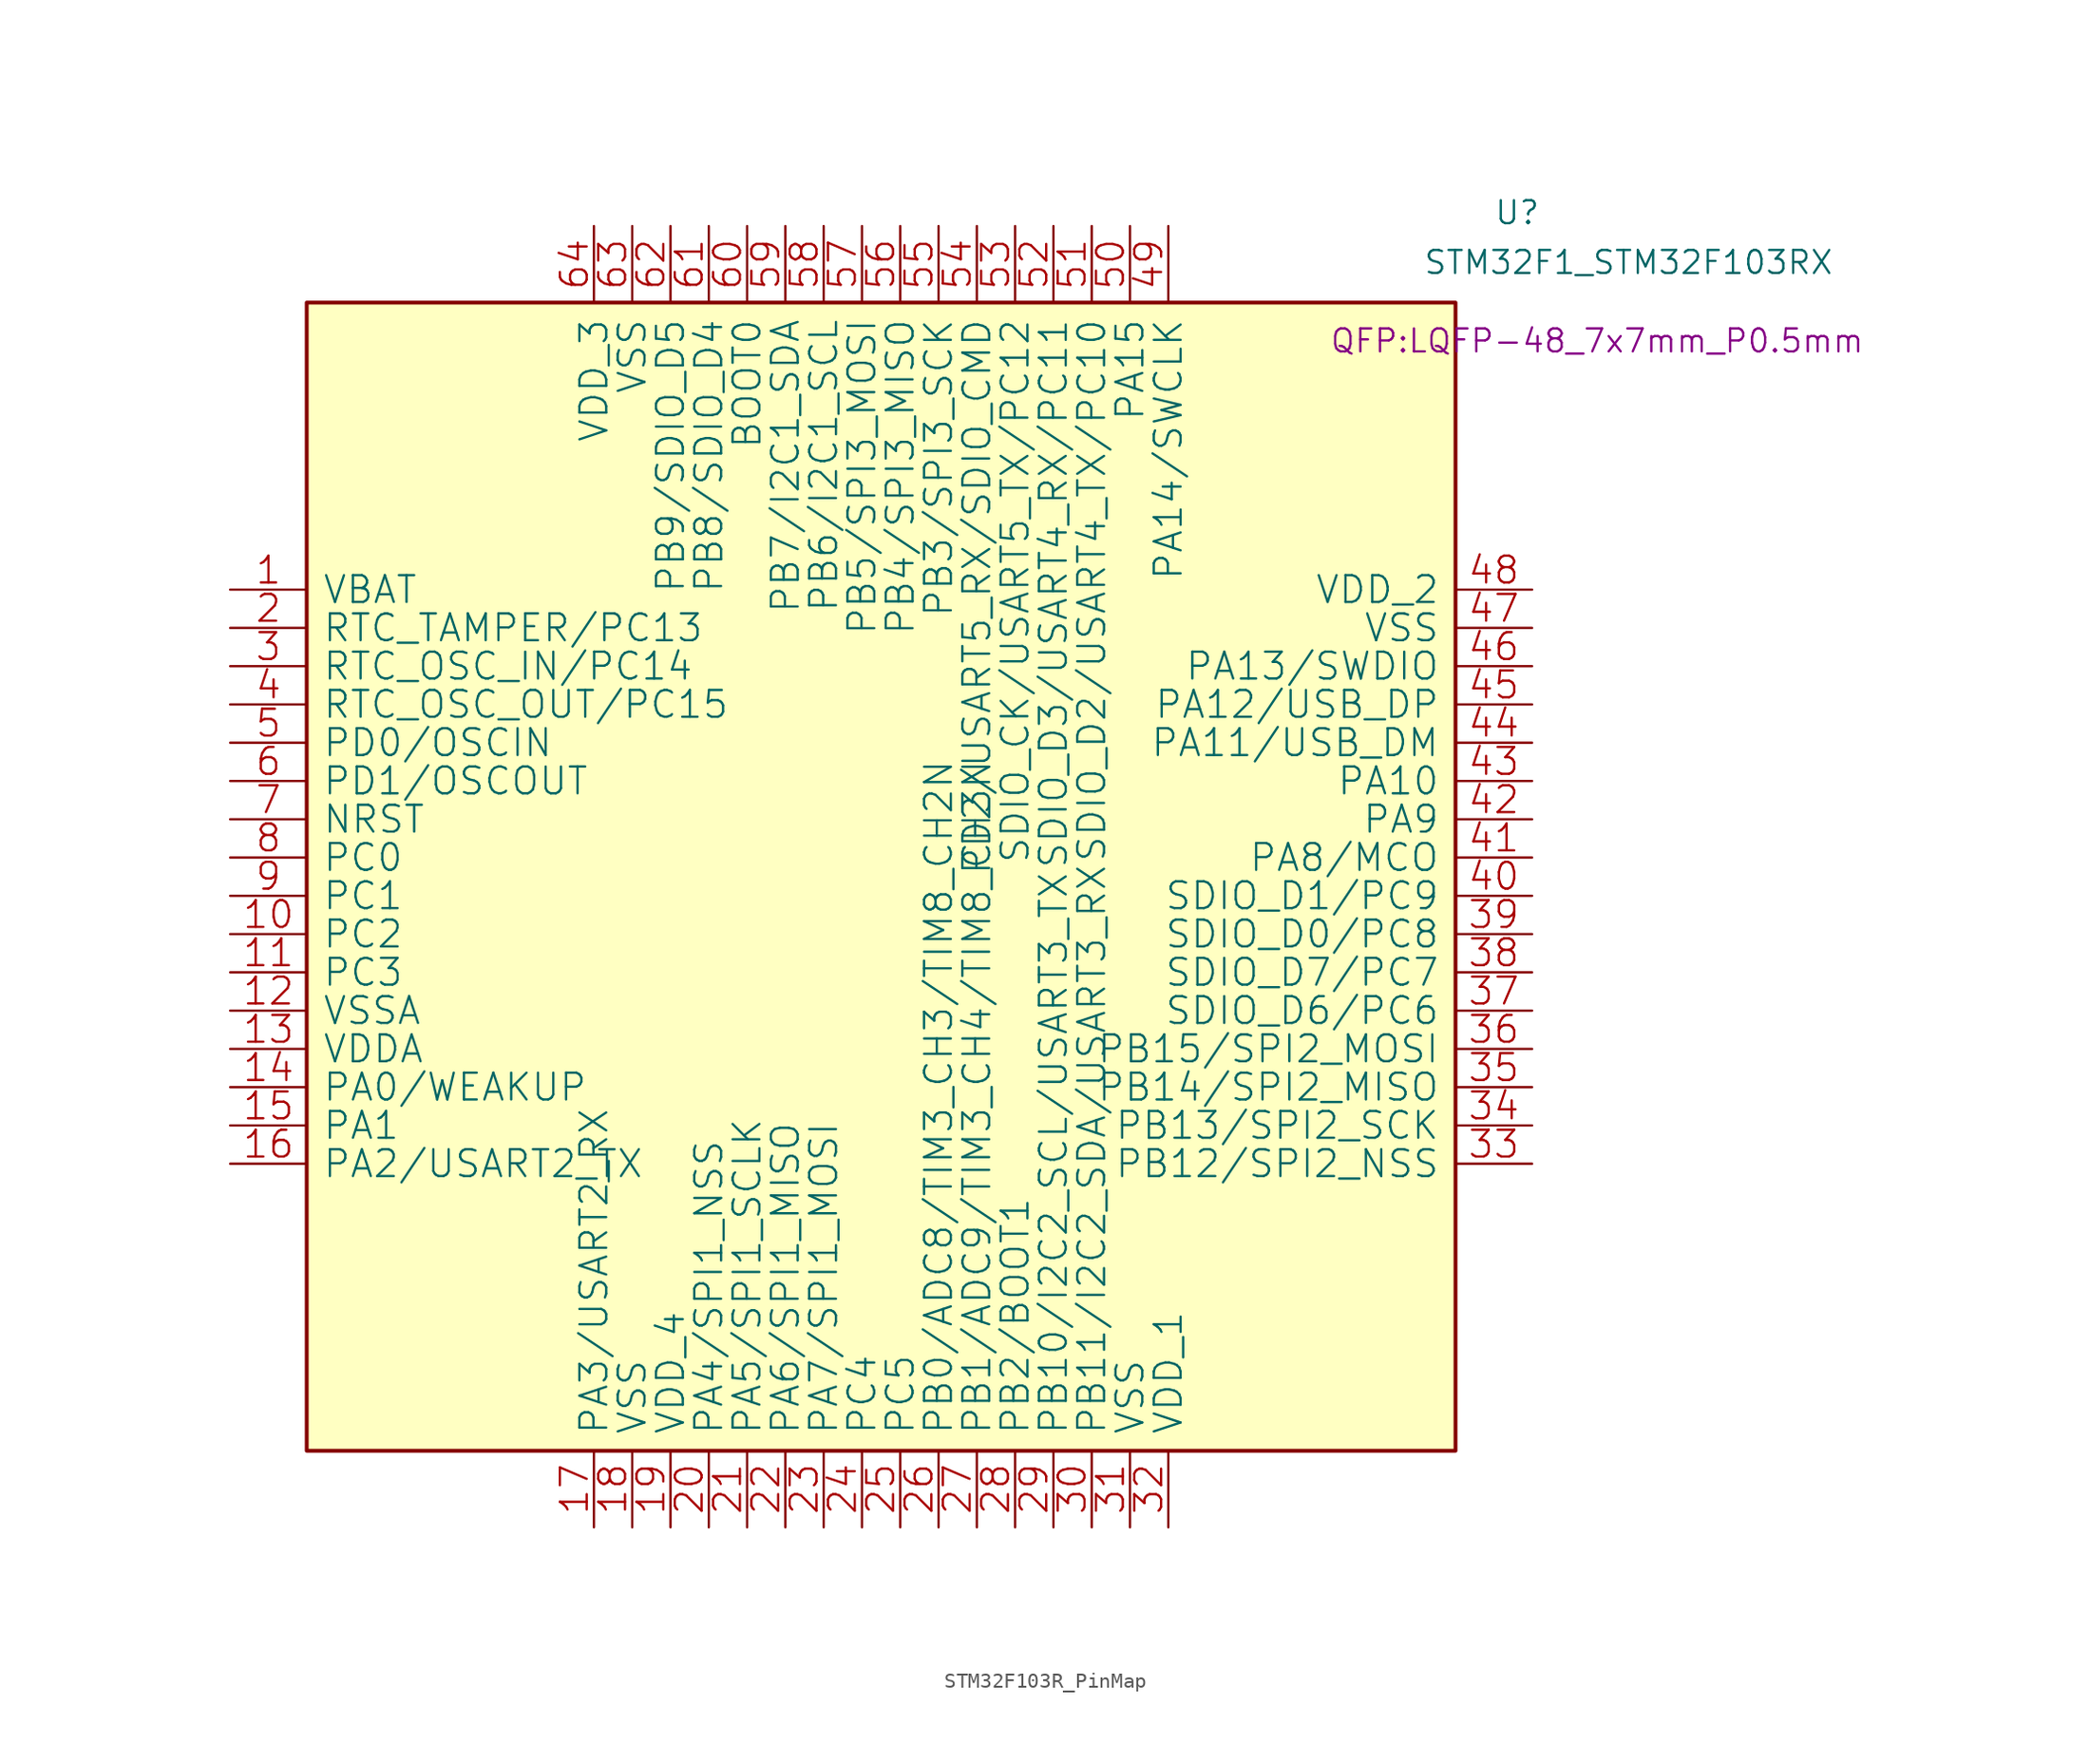
<source format=kicad_sym>
(kicad_symbol_lib
  (version 20231120)
  (generator "kicad_symbol_editor")
  (generator_version "8.0")
  (symbol "STM32F103R_PinMap"
    (pin_names
      (offset 1.016))
    (property "Reference" "U"
      (at 40.64 44.069 0)
      (effects (font (size 1.524 1.524)) (justify left)))
    (property "Value" "STM32F1_STM32F103RX"
      (at 35.941 40.767 0)
      (effects (font (size 1.524 1.524)) (justify left)))
    (property "Footprint" "QFP:LQFP-48_7x7mm_P0.5mm"
      (at 47.498 35.56 0)
      (effects (font (size 1.524 1.524))))
    (property "Datasheet" ""
      (at -38.1 -8.89 0)
      (effects (font (size 1.524 1.524))))
    (symbol "STM32F103R_PinMap_0_1"
      (rectangle (start -38.1 38.1) (end 38.1 -38.1) (stroke (width 0.254) (type solid)) (fill (type background)))
      (pin power_in line (at -43.18 19.05 0) (length 5.08) (name "VBAT" (effects (font (size 1.778 1.778)))) (number "1" (effects (font (size 1.778 1.778)))))
      (pin bidirectional line (at -43.18 -3.81 0) (length 5.08) (name "PC2" (effects (font (size 1.778 1.778)))) (number "10" (effects (font (size 1.778 1.778)))))
      (pin bidirectional line (at -43.18 -6.35 0) (length 5.08) (name "PC3" (effects (font (size 1.778 1.778)))) (number "11" (effects (font (size 1.778 1.778)))))
      (pin power_in line (at -43.18 -8.89 0) (length 5.08) (name "VSSA" (effects (font (size 1.778 1.778)))) (number "12" (effects (font (size 1.778 1.778)))))
      (pin power_in line (at -43.18 -11.43 0) (length 5.08) (name "VDDA" (effects (font (size 1.778 1.778)))) (number "13" (effects (font (size 1.778 1.778)))))
      (pin bidirectional line (at -43.18 -13.97 0) (length 5.08) (name "PA0/WEAKUP" (effects (font (size 1.778 1.778)))) (number "14" (effects (font (size 1.778 1.778)))))
      (pin bidirectional line (at -43.18 -16.51 0) (length 5.08) (name "PA1" (effects (font (size 1.778 1.778)))) (number "15" (effects (font (size 1.778 1.778)))))
      (pin bidirectional line (at -43.18 -19.05 0) (length 5.08) (name "PA2/USART2_TX" (effects (font (size 1.778 1.778)))) (number "16" (effects (font (size 1.778 1.778)))))
      (pin bidirectional line (at -19.05 -43.18 90) (length 5.08) (name "PA3/USART2_RX" (effects (font (size 1.778 1.778)))) (number "17" (effects (font (size 1.778 1.778)))))
      (pin power_in line (at -16.51 -43.18 90) (length 5.08) (name "VSS" (effects (font (size 1.778 1.778)))) (number "18" (effects (font (size 1.778 1.778)))))
      (pin power_in line (at -13.97 -43.18 90) (length 5.08) (name "VDD_4" (effects (font (size 1.778 1.778)))) (number "19" (effects (font (size 1.778 1.778)))))
      (pin bidirectional line (at -43.18 16.51 0) (length 5.08) (name "RTC_TAMPER/PC13" (effects (font (size 1.778 1.778)))) (number "2" (effects (font (size 1.778 1.778)))))
      (pin bidirectional line (at -11.43 -43.18 90) (length 5.08) (name "PA4/SPI1_NSS" (effects (font (size 1.778 1.778)))) (number "20" (effects (font (size 1.778 1.778)))))
      (pin bidirectional line (at -8.89 -43.18 90) (length 5.08) (name "PA5/SPI1_SCLK" (effects (font (size 1.778 1.778)))) (number "21" (effects (font (size 1.778 1.778)))))
      (pin bidirectional line (at -6.35 -43.18 90) (length 5.08) (name "PA6/SPI1_MISO" (effects (font (size 1.778 1.778)))) (number "22" (effects (font (size 1.778 1.778)))))
      (pin bidirectional line (at -3.81 -43.18 90) (length 5.08) (name "PA7/SPI1_MOSI" (effects (font (size 1.778 1.778)))) (number "23" (effects (font (size 1.778 1.778)))))
      (pin bidirectional line (at -1.27 -43.18 90) (length 5.08) (name "PC4" (effects (font (size 1.778 1.778)))) (number "24" (effects (font (size 1.778 1.778)))))
      (pin bidirectional line (at 1.27 -43.18 90) (length 5.08) (name "PC5" (effects (font (size 1.778 1.778)))) (number "25" (effects (font (size 1.778 1.778)))))
      (pin bidirectional line (at 3.81 -43.18 90) (length 5.08) (name "PB0/ADC8/TIM3_CH3/TIM8_CH2N" (effects (font (size 1.778 1.778)))) (number "26" (effects (font (size 1.778 1.778)))))
      (pin bidirectional line (at 6.35 -43.18 90) (length 5.08) (name "PB1/ADC9/TIM3_CH4/TIM8_CH3N" (effects (font (size 1.778 1.778)))) (number "27" (effects (font (size 1.778 1.778)))))
      (pin bidirectional line (at 8.89 -43.18 90) (length 5.08) (name "PB2/BOOT1" (effects (font (size 1.778 1.778)))) (number "28" (effects (font (size 1.778 1.778)))))
      (pin bidirectional line (at 11.43 -43.18 90) (length 5.08) (name "PB10/I2C2_SCL/USART3_TX" (effects (font (size 1.778 1.778)))) (number "29" (effects (font (size 1.778 1.778)))))
      (pin bidirectional line (at -43.18 13.97 0) (length 5.08) (name "RTC_OSC_IN/PC14" (effects (font (size 1.778 1.778)))) (number "3" (effects (font (size 1.778 1.778)))))
      (pin bidirectional line (at 13.97 -43.18 90) (length 5.08) (name "PB11/I2C2_SDA/USART3_RX" (effects (font (size 1.778 1.778)))) (number "30" (effects (font (size 1.778 1.778)))))
      (pin power_in line (at 16.51 -43.18 90) (length 5.08) (name "VSS" (effects (font (size 1.778 1.778)))) (number "31" (effects (font (size 1.778 1.778)))))
      (pin power_in line (at 19.05 -43.18 90) (length 5.08) (name "VDD_1" (effects (font (size 1.778 1.778)))) (number "32" (effects (font (size 1.778 1.778)))))
      (pin bidirectional line (at 43.18 -19.05 180) (length 5.08) (name "PB12/SPI2_NSS" (effects (font (size 1.778 1.778)))) (number "33" (effects (font (size 1.778 1.778)))))
      (pin bidirectional line (at 43.18 -16.51 180) (length 5.08) (name "PB13/SPI2_SCK" (effects (font (size 1.778 1.778)))) (number "34" (effects (font (size 1.778 1.778)))))
      (pin bidirectional line (at 43.18 -13.97 180) (length 5.08) (name "PB14/SPI2_MISO" (effects (font (size 1.778 1.778)))) (number "35" (effects (font (size 1.778 1.778)))))
      (pin bidirectional line (at 43.18 -11.43 180) (length 5.08) (name "PB15/SPI2_MOSI" (effects (font (size 1.778 1.778)))) (number "36" (effects (font (size 1.778 1.778)))))
      (pin bidirectional line (at 43.18 -8.89 180) (length 5.08) (name "SDIO_D6/PC6" (effects (font (size 1.778 1.778)))) (number "37" (effects (font (size 1.778 1.778)))))
      (pin bidirectional line (at 43.18 -6.35 180) (length 5.08) (name "SDIO_D7/PC7" (effects (font (size 1.778 1.778)))) (number "38" (effects (font (size 1.778 1.778)))))
      (pin bidirectional line (at 43.18 -3.81 180) (length 5.08) (name "SDIO_D0/PC8" (effects (font (size 1.778 1.778)))) (number "39" (effects (font (size 1.778 1.778)))))
      (pin bidirectional line (at -43.18 11.43 0) (length 5.08) (name "RTC_OSC_OUT/PC15" (effects (font (size 1.778 1.778)))) (number "4" (effects (font (size 1.778 1.778)))))
      (pin bidirectional line (at 43.18 -1.27 180) (length 5.08) (name "SDIO_D1/PC9" (effects (font (size 1.778 1.778)))) (number "40" (effects (font (size 1.778 1.778)))))
      (pin bidirectional line (at 43.18 1.27 180) (length 5.08) (name "PA8/MCO" (effects (font (size 1.778 1.778)))) (number "41" (effects (font (size 1.778 1.778)))))
      (pin bidirectional line (at 43.18 8.89 180) (length 5.08) (name "PA11/USB_DM" (effects (font (size 1.778 1.778)))) (number "44" (effects (font (size 1.778 1.778)))))
      (pin bidirectional line (at 43.18 11.43 180) (length 5.08) (name "PA12/USB_DP" (effects (font (size 1.778 1.778)))) (number "45" (effects (font (size 1.778 1.778)))))
      (pin bidirectional line (at 43.18 13.97 180) (length 5.08) (name "PA13/SWDIO" (effects (font (size 1.778 1.778)))) (number "46" (effects (font (size 1.778 1.778)))))
      (pin power_in line (at 43.18 16.51 180) (length 5.08) (name "VSS" (effects (font (size 1.778 1.778)))) (number "47" (effects (font (size 1.778 1.778)))))
      (pin power_in line (at 43.18 19.05 180) (length 5.08) (name "VDD_2" (effects (font (size 1.778 1.778)))) (number "48" (effects (font (size 1.778 1.778)))))
      (pin bidirectional line (at 19.05 43.18 270) (length 5.08) (name "PA14/SWCLK" (effects (font (size 1.778 1.778)))) (number "49" (effects (font (size 1.778 1.778)))))
      (pin bidirectional line (at -43.18 8.89 0) (length 5.08) (name "PD0/OSCIN" (effects (font (size 1.778 1.778)))) (number "5" (effects (font (size 1.778 1.778)))))
      (pin bidirectional line (at 16.51 43.18 270) (length 5.08) (name "PA15" (effects (font (size 1.778 1.778)))) (number "50" (effects (font (size 1.778 1.778)))))
      (pin bidirectional line (at 13.97 43.18 270) (length 5.08) (name "SDIO_D2/USART4_TX/PC10" (effects (font (size 1.778 1.778)))) (number "51" (effects (font (size 1.778 1.778)))))
      (pin bidirectional line (at 11.43 43.18 270) (length 5.08) (name "SDIO_D3/USART4_RX/PC11" (effects (font (size 1.778 1.778)))) (number "52" (effects (font (size 1.778 1.778)))))
      (pin bidirectional line (at 8.89 43.18 270) (length 5.08) (name "SDIO_CK/USART5_TX/PC12" (effects (font (size 1.778 1.778)))) (number "53" (effects (font (size 1.778 1.778)))))
      (pin bidirectional line (at 6.35 43.18 270) (length 5.08) (name "PD2/USART5_RX/SDIO_CMD" (effects (font (size 1.778 1.778)))) (number "54" (effects (font (size 1.778 1.778)))))
      (pin bidirectional line (at 3.81 43.18 270) (length 5.08) (name "PB3/SPI3_SCK" (effects (font (size 1.778 1.778)))) (number "55" (effects (font (size 1.778 1.778)))))
      (pin bidirectional line (at 1.27 43.18 270) (length 5.08) (name "PB4/SPI3_MISO" (effects (font (size 1.778 1.778)))) (number "56" (effects (font (size 1.778 1.778)))))
      (pin bidirectional line (at -1.27 43.18 270) (length 5.08) (name "PB5/SPI3_MOSI" (effects (font (size 1.778 1.778)))) (number "57" (effects (font (size 1.778 1.778)))))
      (pin bidirectional line (at -3.81 43.18 270) (length 5.08) (name "PB6/I2C1_SCL" (effects (font (size 1.778 1.778)))) (number "58" (effects (font (size 1.778 1.778)))))
      (pin bidirectional line (at -6.35 43.18 270) (length 5.08) (name "PB7/I2C1_SDA" (effects (font (size 1.778 1.778)))) (number "59" (effects (font (size 1.778 1.778)))))
      (pin bidirectional line (at -43.18 6.35 0) (length 5.08) (name "PD1/OSCOUT" (effects (font (size 1.778 1.778)))) (number "6" (effects (font (size 1.778 1.778)))))
      (pin input line (at -8.89 43.18 270) (length 5.08) (name "BOOT0" (effects (font (size 1.778 1.778)))) (number "60" (effects (font (size 1.778 1.778)))))
      (pin bidirectional line (at -11.43 43.18 270) (length 5.08) (name "PB8/SDIO_D4" (effects (font (size 1.778 1.778)))) (number "61" (effects (font (size 1.778 1.778)))))
      (pin bidirectional line (at -13.97 43.18 270) (length 5.08) (name "PB9/SDIO_D5" (effects (font (size 1.778 1.778)))) (number "62" (effects (font (size 1.778 1.778)))))
      (pin power_in line (at -16.51 43.18 270) (length 5.08) (name "VSS" (effects (font (size 1.778 1.778)))) (number "63" (effects (font (size 1.778 1.778)))))
      (pin power_in line (at -19.05 43.18 270) (length 5.08) (name "VDD_3" (effects (font (size 1.778 1.778)))) (number "64" (effects (font (size 1.778 1.778)))))
      (pin input line (at -43.18 3.81 0) (length 5.08) (name "NRST" (effects (font (size 1.778 1.778)))) (number "7" (effects (font (size 1.778 1.778)))))
      (pin bidirectional line (at -43.18 1.27 0) (length 5.08) (name "PC0" (effects (font (size 1.778 1.778)))) (number "8" (effects (font (size 1.778 1.778)))))
      (pin bidirectional line (at -43.18 -1.27 0) (length 5.08) (name "PC1" (effects (font (size 1.778 1.778)))) (number "9" (effects (font (size 1.778 1.778))))))
    (symbol "STM32F103R_PinMap_1_1"
      (pin bidirectional line (at 43.18 3.81 180) (length 5.08) (name "PA9" (effects (font (size 1.778 1.778)))) (number "42" (effects (font (size 1.778 1.778)))))
      (pin bidirectional line (at 43.18 6.35 180) (length 5.08) (name "PA10" (effects (font (size 1.778 1.778)))) (number "43" (effects (font (size 1.778 1.778))))))))
</source>
